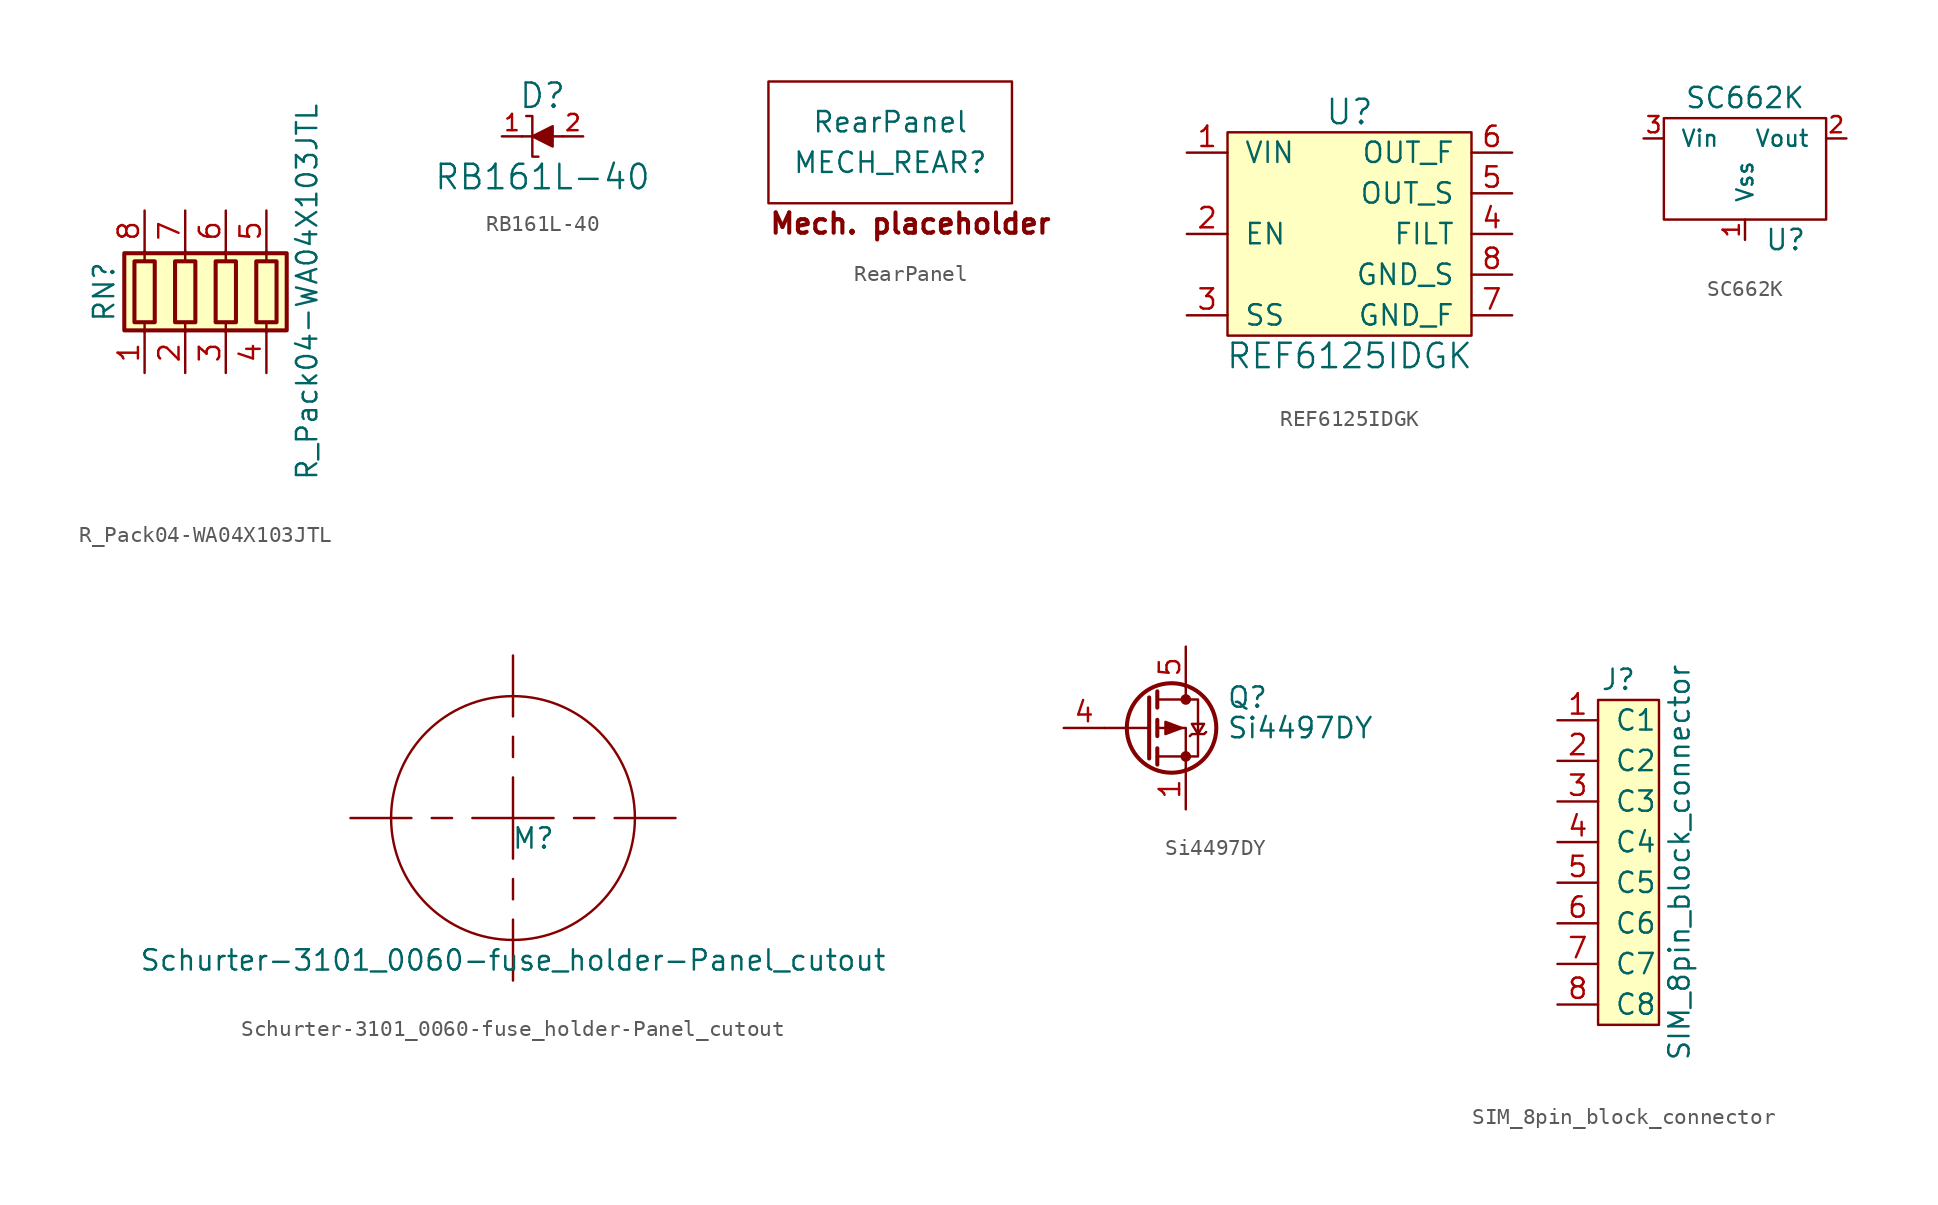
<source format=kicad_sym>
(kicad_symbol_lib
  (version 20211014)
  (generator kicad_symbol_editor)
  (symbol "R_Pack04-WA04X103JTL"
    (pin_names
      (offset 0) hide)
    (property "Reference" "RN"
      (at -7.62 0 90)
      (effects (font (size 1.27 1.27))))
    (property "Value" "R_Pack04-WA04X103JTL"
      (at 5.08 0 90)
      (effects (font (size 1.27 1.27))))
    (symbol "R_Pack04-WA04X103JTL_0_1"
      (rectangle (start -6.35 -2.413) (end 3.81 2.413) (stroke (width 0.254) (type default) (color 0 0 0 0)) (fill (type background)))
      (rectangle (start -5.715 1.905) (end -4.445 -1.905) (stroke (width 0.254) (type default) (color 0 0 0 0)) (fill (type none)))
      (rectangle (start -3.175 1.905) (end -1.905 -1.905) (stroke (width 0.254) (type default) (color 0 0 0 0)) (fill (type none)))
      (rectangle (start -0.635 1.905) (end 0.635 -1.905) (stroke (width 0.254) (type default) (color 0 0 0 0)) (fill (type none)))
      (polyline (pts (xy -5.08 -2.54) (xy -5.08 -1.905)) (stroke (width 0) (type default) (color 0 0 0 0)) (fill (type none)))
      (polyline (pts (xy -5.08 1.905) (xy -5.08 2.54)) (stroke (width 0) (type default) (color 0 0 0 0)) (fill (type none)))
      (polyline (pts (xy -2.54 -2.54) (xy -2.54 -1.905)) (stroke (width 0) (type default) (color 0 0 0 0)) (fill (type none)))
      (polyline (pts (xy -2.54 1.905) (xy -2.54 2.54)) (stroke (width 0) (type default) (color 0 0 0 0)) (fill (type none)))
      (polyline (pts (xy 0 -2.54) (xy 0 -1.905)) (stroke (width 0) (type default) (color 0 0 0 0)) (fill (type none)))
      (polyline (pts (xy 0 1.905) (xy 0 2.54)) (stroke (width 0) (type default) (color 0 0 0 0)) (fill (type none)))
      (polyline (pts (xy 2.54 -2.54) (xy 2.54 -1.905)) (stroke (width 0) (type default) (color 0 0 0 0)) (fill (type none)))
      (polyline (pts (xy 2.54 1.905) (xy 2.54 2.54)) (stroke (width 0) (type default) (color 0 0 0 0)) (fill (type none)))
      (rectangle (start 1.905 1.905) (end 3.175 -1.905) (stroke (width 0.254) (type default) (color 0 0 0 0)) (fill (type none))))
    (symbol "R_Pack04-WA04X103JTL_1_1"
      (pin passive line (at -5.08 -5.08 90) (length 2.54) (name "R1.1" (effects (font (size 1.27 1.27)))) (number "1" (effects (font (size 1.27 1.27)))))
      (pin passive line (at -2.54 -5.08 90) (length 2.54) (name "R2.1" (effects (font (size 1.27 1.27)))) (number "2" (effects (font (size 1.27 1.27)))))
      (pin passive line (at 0 -5.08 90) (length 2.54) (name "R3.1" (effects (font (size 1.27 1.27)))) (number "3" (effects (font (size 1.27 1.27)))))
      (pin passive line (at 2.54 -5.08 90) (length 2.54) (name "R4.1" (effects (font (size 1.27 1.27)))) (number "4" (effects (font (size 1.27 1.27)))))
      (pin passive line (at 2.54 5.08 270) (length 2.54) (name "R4.2" (effects (font (size 1.27 1.27)))) (number "5" (effects (font (size 1.27 1.27)))))
      (pin passive line (at 0 5.08 270) (length 2.54) (name "R3.2" (effects (font (size 1.27 1.27)))) (number "6" (effects (font (size 1.27 1.27)))))
      (pin passive line (at -2.54 5.08 270) (length 2.54) (name "R2.2" (effects (font (size 1.27 1.27)))) (number "7" (effects (font (size 1.27 1.27)))))
      (pin passive line (at -5.08 5.08 270) (length 2.54) (name "R1.2" (effects (font (size 1.27 1.27)))) (number "8" (effects (font (size 1.27 1.27)))))))
  (symbol "RB161L-40"
    (pin_names
      (offset 0) hide)
    (property "Reference" "D"
      (at 0 2.54 0)
      (effects (font (size 1.524 1.524))))
    (property "Value" "RB161L-40"
      (at 0 -2.54 0)
      (effects (font (size 1.524 1.524))))
    (symbol "RB161L-40_1_0"
      (polyline (pts (xy -0.635 0) (xy -1.27 0)) (stroke (width 0) (type default) (color 0 0 0 0)) (fill (type none)))
      (polyline (pts (xy -0.635 0) (xy 1.27 0)) (stroke (width 0) (type default) (color 0 0 0 0)) (fill (type none)))
      (polyline (pts (xy -1.016 1.27) (xy -0.635 1.27) (xy -0.635 -1.27) (xy -0.254 -1.27)) (stroke (width 0) (type default) (color 0 0 0 0)) (fill (type none)))
      (polyline (pts (xy 0.635 0.635) (xy -0.635 0) (xy 0.635 -0.635) (xy 0.635 0.635)) (stroke (width 0) (type default) (color 0 0 0 0)) (fill (type outline))))
    (symbol "RB161L-40_1_1"
      (pin passive line (at -2.54 0 0) (length 1.27) (name "C" (effects (font (size 1.016 1.016)))) (number "1" (effects (font (size 1.016 1.016)))))
      (pin passive line (at 2.54 0 180) (length 1.27) (name "A" (effects (font (size 1.016 1.016)))) (number "2" (effects (font (size 1.016 1.016)))))))
  (symbol "RearPanel"
    (property "Reference" "MECH_REAR"
      (at 0 -1.27 0)
      (effects (font (size 1.27 1.27))))
    (property "Value" "RearPanel"
      (at 0 1.27 0)
      (effects (font (size 1.27 1.27))))
    (symbol "RearPanel_0_0"
      (text "Mech. placeholder" (at 1.27 -5.08 0) (effects (font (size 1.27 1.27) bold))))
    (symbol "RearPanel_0_1"
      (rectangle (start -7.62 3.81) (end 7.62 -3.81) (stroke (width 0.152) (type default) (color 0 0 0 0)) (fill (type none)))))
  (symbol "REF6125IDGK"
    (pin_names
      (offset 1.016))
    (property "Reference" "U"
      (at 0 7.62 0)
      (effects (font (size 1.524 1.524))))
    (property "Value" "REF6125IDGK"
      (at 0 -7.62 0)
      (effects (font (size 1.524 1.524))))
    (symbol "REF6125IDGK_0_1"
      (rectangle (start -7.62 6.35) (end 7.62 -6.35) (stroke (width 0) (type default) (color 0 0 0 0)) (fill (type background))))
    (symbol "REF6125IDGK_1_1"
      (pin power_in line (at -10.16 5.08 0) (length 2.54) (name "VIN" (effects (font (size 1.27 1.27)))) (number "1" (effects (font (size 1.27 1.27)))))
      (pin input line (at -10.16 0 0) (length 2.54) (name "EN" (effects (font (size 1.27 1.27)))) (number "2" (effects (font (size 1.27 1.27)))))
      (pin passive line (at -10.16 -5.08 0) (length 2.54) (name "SS" (effects (font (size 1.27 1.27)))) (number "3" (effects (font (size 1.27 1.27)))))
      (pin passive line (at 10.16 0 180) (length 2.54) (name "FILT" (effects (font (size 1.27 1.27)))) (number "4" (effects (font (size 1.27 1.27)))))
      (pin input line (at 10.16 2.54 180) (length 2.54) (name "OUT_S" (effects (font (size 1.27 1.27)))) (number "5" (effects (font (size 1.27 1.27)))))
      (pin output line (at 10.16 5.08 180) (length 2.54) (name "OUT_F" (effects (font (size 1.27 1.27)))) (number "6" (effects (font (size 1.27 1.27)))))
      (pin power_in line (at 10.16 -5.08 180) (length 2.54) (name "GND_F" (effects (font (size 1.27 1.27)))) (number "7" (effects (font (size 1.27 1.27)))))
      (pin power_in line (at 10.16 -2.54 180) (length 2.54) (name "GND_S" (effects (font (size 1.27 1.27)))) (number "8" (effects (font (size 1.27 1.27)))))))
  (symbol "SC662K"
    (pin_names
      (offset 1.016))
    (property "Reference" "U"
      (at 2.54 -3.81 0)
      (effects (font (size 1.27 1.27))))
    (property "Value" "SC662K"
      (at 0 5.08 0)
      (effects (font (size 1.27 1.27))))
    (symbol "SC662K_0_1"
      (rectangle (start -5.08 3.81) (end 5.08 -2.54) (stroke (width 0) (type default) (color 0 0 0 0)) (fill (type none))))
    (symbol "SC662K_1_1"
      (pin input line (at 0 -3.81 90) (length 1.27) (name "Vss" (effects (font (size 1.016 1.016)))) (number "1" (effects (font (size 1.016 1.016)))))
      (pin power_out line (at 6.35 2.54 180) (length 1.27) (name "Vout" (effects (font (size 1.016 1.016)))) (number "2" (effects (font (size 1.016 1.016)))))
      (pin power_in line (at -6.35 2.54 0) (length 1.27) (name "Vin" (effects (font (size 1.016 1.016)))) (number "3" (effects (font (size 1.016 1.016)))))))
  (symbol "Schurter-3101_0060-fuse_holder-Panel_cutout"
    (pin_names
      (offset 1.016))
    (property "Reference" "M"
      (at 1.27 -1.27 0)
      (effects (font (size 1.27 1.27))))
    (property "Value" "Schurter-3101_0060-fuse_holder-Panel_cutout"
      (at 0 -8.89 0)
      (effects (font (size 1.27 1.27))))
    (symbol "Schurter-3101_0060-fuse_holder-Panel_cutout_0_0"
      (polyline (pts (xy -6.35 0) (xy -10.16 0)) (stroke (width 0) (type default) (color 0 0 0 0)) (fill (type none)))
      (polyline (pts (xy -3.81 0) (xy -5.08 0)) (stroke (width 0) (type default) (color 0 0 0 0)) (fill (type none)))
      (polyline (pts (xy -2.54 0) (xy 2.54 0)) (stroke (width 0) (type default) (color 0 0 0 0)) (fill (type none)))
      (polyline (pts (xy 0 -6.35) (xy 0 -10.16)) (stroke (width 0) (type default) (color 0 0 0 0)) (fill (type none)))
      (polyline (pts (xy 0 -3.81) (xy 0 -5.08)) (stroke (width 0) (type default) (color 0 0 0 0)) (fill (type none)))
      (polyline (pts (xy 0 2.54) (xy 0 -2.54)) (stroke (width 0) (type default) (color 0 0 0 0)) (fill (type none)))
      (polyline (pts (xy 0 3.81) (xy 0 5.08)) (stroke (width 0) (type default) (color 0 0 0 0)) (fill (type none)))
      (polyline (pts (xy 0 6.35) (xy 0 10.16)) (stroke (width 0) (type default) (color 0 0 0 0)) (fill (type none)))
      (polyline (pts (xy 3.81 0) (xy 5.08 0)) (stroke (width 0) (type default) (color 0 0 0 0)) (fill (type none)))
      (polyline (pts (xy 6.35 0) (xy 10.16 0)) (stroke (width 0) (type default) (color 0 0 0 0)) (fill (type none)))
      (circle (center 0 0) (radius 7.62) (stroke (width 0) (type default) (color 0 0 0 0)) (fill (type none)))))
  (symbol "Si4497DY"
    (pin_names hide)
    (property "Reference" "Q"
      (at 5.08 1.905 0)
      (effects (font (size 1.27 1.27)) (justify left)))
    (property "Value" "Si4497DY"
      (at 5.08 0 0)
      (effects (font (size 1.27 1.27)) (justify left)))
    (symbol "Si4497DY_0_1"
      (polyline (pts (xy 0.254 0) (xy -2.54 0)) (stroke (width 0) (type default) (color 0 0 0 0)) (fill (type none)))
      (polyline (pts (xy 0.254 1.905) (xy 0.254 -1.905)) (stroke (width 0.254) (type default) (color 0 0 0 0)) (fill (type none)))
      (polyline (pts (xy 0.762 -1.27) (xy 0.762 -2.286)) (stroke (width 0.254) (type default) (color 0 0 0 0)) (fill (type none)))
      (polyline (pts (xy 0.762 0.508) (xy 0.762 -0.508)) (stroke (width 0.254) (type default) (color 0 0 0 0)) (fill (type none)))
      (polyline (pts (xy 0.762 2.286) (xy 0.762 1.27)) (stroke (width 0.254) (type default) (color 0 0 0 0)) (fill (type none)))
      (polyline (pts (xy 2.54 2.54) (xy 2.54 1.778)) (stroke (width 0) (type default) (color 0 0 0 0)) (fill (type none)))
      (polyline (pts (xy 2.54 -2.54) (xy 2.54 0) (xy 0.762 0)) (stroke (width 0) (type default) (color 0 0 0 0)) (fill (type none)))
      (polyline (pts (xy 0.762 1.778) (xy 3.302 1.778) (xy 3.302 -1.778) (xy 0.762 -1.778)) (stroke (width 0) (type default) (color 0 0 0 0)) (fill (type none)))
      (polyline (pts (xy 2.286 0) (xy 1.27 0.381) (xy 1.27 -0.381) (xy 2.286 0)) (stroke (width 0) (type default) (color 0 0 0 0)) (fill (type outline)))
      (polyline (pts (xy 2.794 -0.508) (xy 2.921 -0.381) (xy 3.683 -0.381) (xy 3.81 -0.254)) (stroke (width 0) (type default) (color 0 0 0 0)) (fill (type none)))
      (polyline (pts (xy 3.302 -0.381) (xy 2.921 0.254) (xy 3.683 0.254) (xy 3.302 -0.381)) (stroke (width 0) (type default) (color 0 0 0 0)) (fill (type none)))
      (circle (center 1.651 0) (radius 2.794) (stroke (width 0.254) (type default) (color 0 0 0 0)) (fill (type none)))
      (circle (center 2.54 -1.778) (radius 0.254) (stroke (width 0) (type default) (color 0 0 0 0)) (fill (type outline)))
      (circle (center 2.54 1.778) (radius 0.254) (stroke (width 0) (type default) (color 0 0 0 0)) (fill (type outline))))
    (symbol "Si4497DY_1_1"
      (pin passive line (at 2.54 -5.08 90) (length 2.54) (name "S" (effects (font (size 1.27 1.27)))) (number "1" (effects (font (size 1.27 1.27)))))
      (pin passive line (at 2.54 -5.08 90) (length 2.54) hide (name "S" (effects (font (size 1.27 1.27)))) (number "2" (effects (font (size 1.27 1.27)))))
      (pin passive line (at 2.54 -5.08 90) (length 2.54) hide (name "S" (effects (font (size 1.27 1.27)))) (number "3" (effects (font (size 1.27 1.27)))))
      (pin input line (at -5.08 0 0) (length 2.54) (name "G" (effects (font (size 1.27 1.27)))) (number "4" (effects (font (size 1.27 1.27)))))
      (pin passive line (at 2.54 5.08 270) (length 2.54) (name "D" (effects (font (size 1.27 1.27)))) (number "5" (effects (font (size 1.27 1.27)))))
      (pin passive line (at 2.54 5.08 270) (length 2.54) hide (name "D" (effects (font (size 1.27 1.27)))) (number "6" (effects (font (size 1.27 1.27)))))
      (pin passive line (at 2.54 5.08 270) (length 2.54) hide (name "D" (effects (font (size 1.27 1.27)))) (number "7" (effects (font (size 1.27 1.27)))))
      (pin passive line (at 2.54 5.08 270) (length 2.54) hide (name "D" (effects (font (size 1.27 1.27)))) (number "8" (effects (font (size 1.27 1.27)))))))
  (symbol "SIM_8pin_block_connector"
    (pin_names
      (offset 1.016))
    (property "Reference" "J"
      (at -1.27 11.43 0)
      (effects (font (size 1.27 1.27))))
    (property "Value" "SIM_8pin_block_connector"
      (at 2.54 0 90)
      (effects (font (size 1.27 1.27))))
    (symbol "SIM_8pin_block_connector_0_1"
      (rectangle (start -2.54 10.16) (end 1.27 -10.16) (stroke (width 0) (type default) (color 0 0 0 0)) (fill (type background))))
    (symbol "SIM_8pin_block_connector_1_1"
      (pin passive line (at -5.08 8.89 0) (length 2.54) (name "C1" (effects (font (size 1.27 1.27)))) (number "1" (effects (font (size 1.27 1.27)))))
      (pin passive line (at -5.08 6.35 0) (length 2.54) (name "C2" (effects (font (size 1.27 1.27)))) (number "2" (effects (font (size 1.27 1.27)))))
      (pin passive line (at -5.08 3.81 0) (length 2.54) (name "C3" (effects (font (size 1.27 1.27)))) (number "3" (effects (font (size 1.27 1.27)))))
      (pin passive line (at -5.08 1.27 0) (length 2.54) (name "C4" (effects (font (size 1.27 1.27)))) (number "4" (effects (font (size 1.27 1.27)))))
      (pin passive line (at -5.08 -1.27 0) (length 2.54) (name "C5" (effects (font (size 1.27 1.27)))) (number "5" (effects (font (size 1.27 1.27)))))
      (pin passive line (at -5.08 -3.81 0) (length 2.54) (name "C6" (effects (font (size 1.27 1.27)))) (number "6" (effects (font (size 1.27 1.27)))))
      (pin passive line (at -5.08 -6.35 0) (length 2.54) (name "C7" (effects (font (size 1.27 1.27)))) (number "7" (effects (font (size 1.27 1.27)))))
      (pin passive line (at -5.08 -8.89 0) (length 2.54) (name "C8" (effects (font (size 1.27 1.27)))) (number "8" (effects (font (size 1.27 1.27))))))))
</source>
